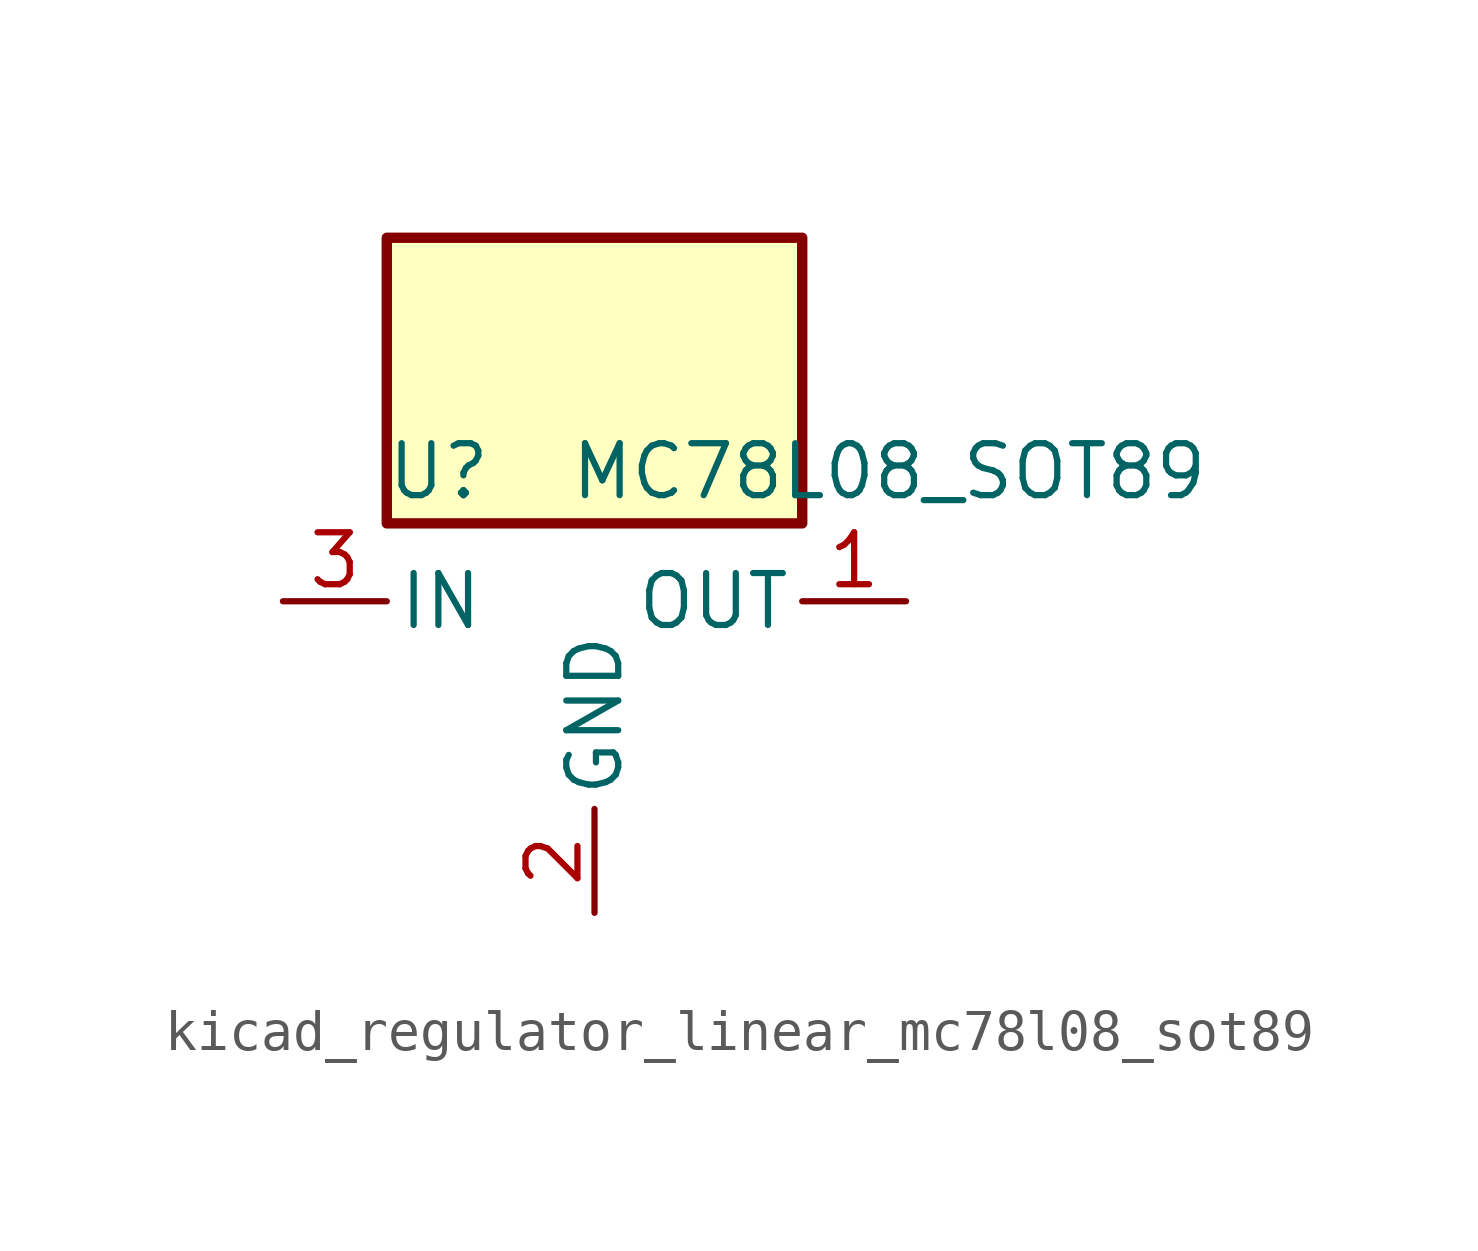
<source format=kicad_sym>
(kicad_symbol_lib
  (version 20220914)
  (generator kicad_symbol_editor)
  (symbol "kicad_regulator_linear_mc78l08_sot89"
    (pin_names
      (offset 0.254))
    (property "Reference" "U"
      (at -3.81 3.175 0)
      (effects (font (size 1.27 1.27))))
    (property "Value" "MC78L08_SOT89"
      (at -0.635 3.175 0)
      (effects (font (size 1.27 1.27)) (justify left)))
    (symbol "kicad_regulator_linear_mc78l08_sot89_0_1"
      (rectangle (start 5.08 8.89) (end -5.08 1.905) (stroke (width 0.254) (type default)) (fill (type background))))
    (symbol "kicad_regulator_linear_mc78l08_sot89_1_1"
      (pin power_out line (at 7.62 0 180) (length 2.54) (name "OUT" (effects (font (size 1.27 1.27)))) (number "1" (effects (font (size 1.27 1.27)))))
      (pin power_in line (at 0 -7.62 90) (length 2.54) (name "GND" (effects (font (size 1.27 1.27)))) (number "2" (effects (font (size 1.27 1.27)))))
      (pin power_in line (at -7.62 0 0) (length 2.54) (name "IN" (effects (font (size 1.27 1.27)))) (number "3" (effects (font (size 1.27 1.27))))))))
</source>
